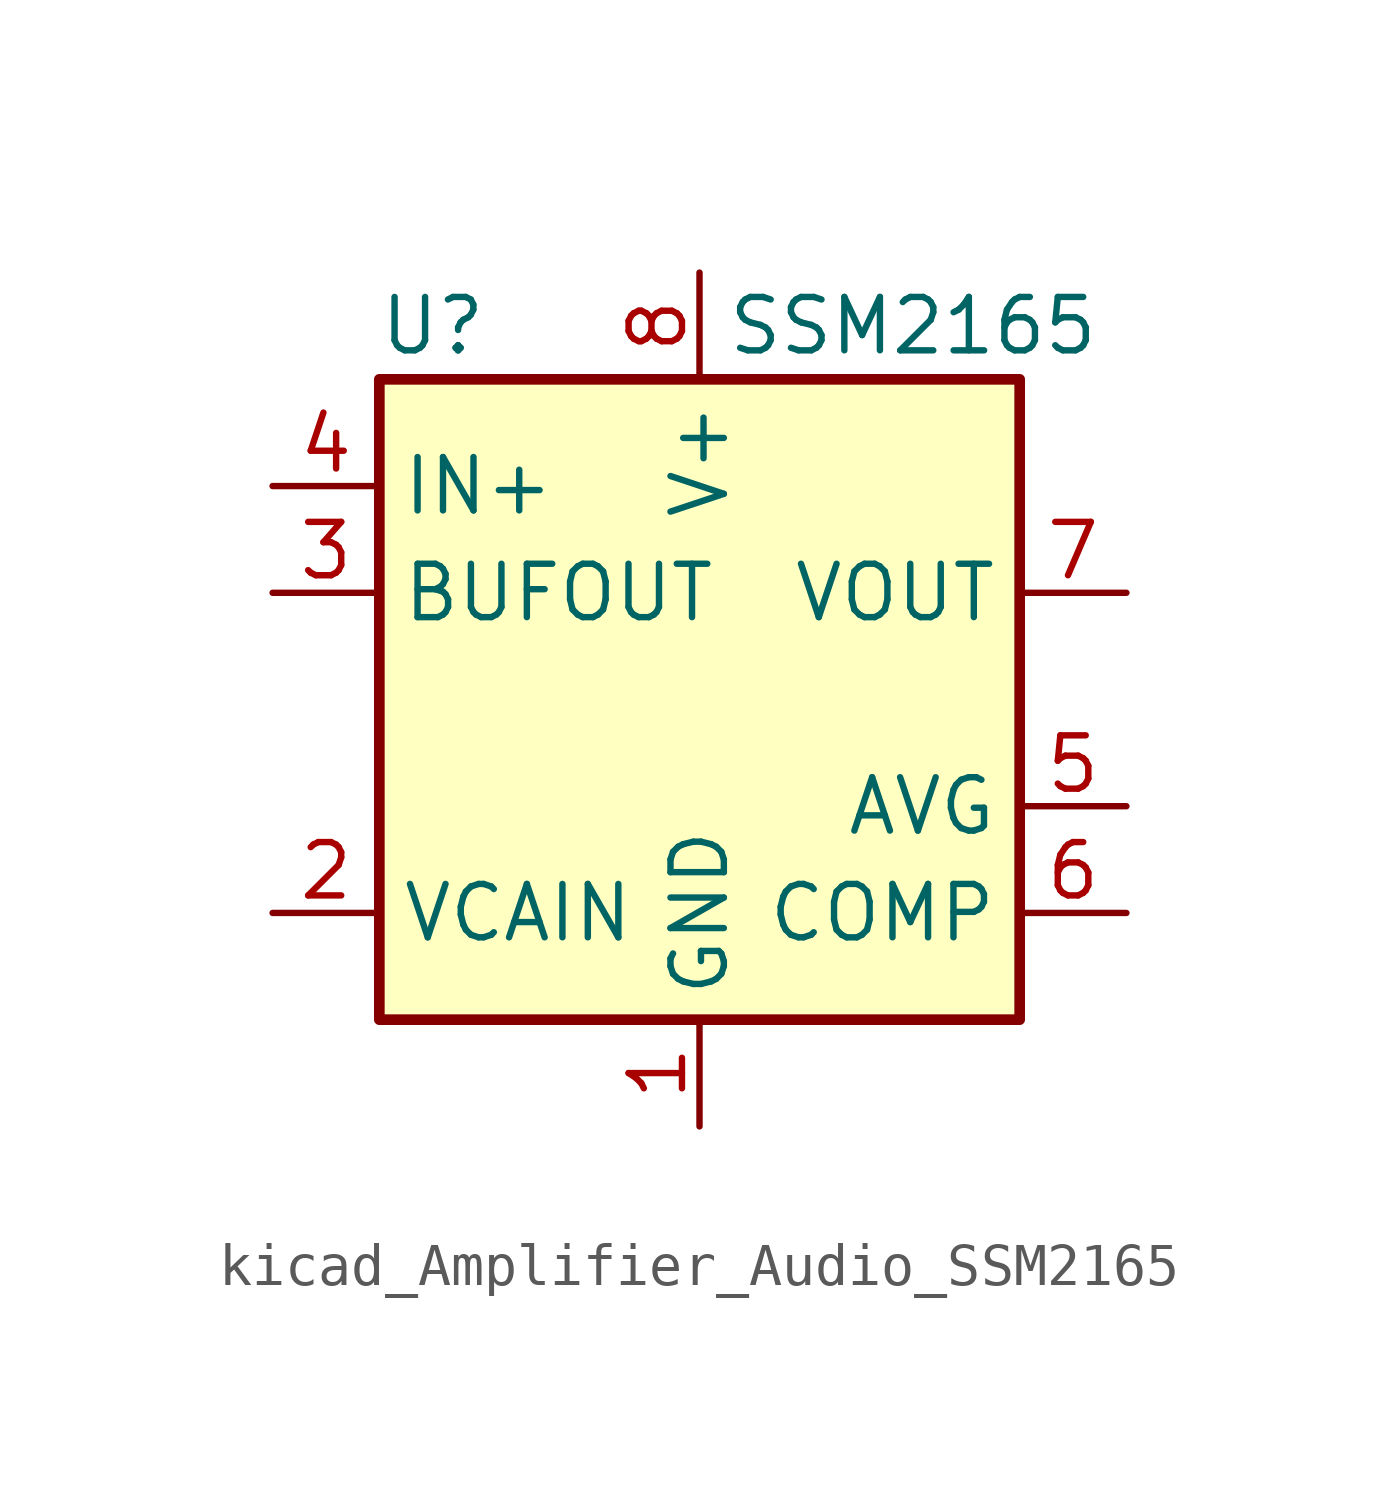
<source format=kicad_sym>
(kicad_symbol_lib
  (version 20220914)
  (generator kicad_symbol_editor)
  (symbol "kicad_Amplifier_Audio_SSM2165"
    (property "Reference" "U"
      (at -6.35 8.89 0)
      (effects (font (size 1.27 1.27))))
    (property "Value" "SSM2165"
      (at 5.08 8.89 0)
      (effects (font (size 1.27 1.27))))
    (symbol "kicad_Amplifier_Audio_SSM2165_0_1"
      (rectangle (start -7.62 7.62) (end 7.62 -7.62) (stroke (width 0.254) (type default)) (fill (type background))))
    (symbol "kicad_Amplifier_Audio_SSM2165_1_1"
      (pin power_in line (at 0 -10.16 90) (length 2.54) (name "GND" (effects (font (size 1.27 1.27)))) (number "1" (effects (font (size 1.27 1.27)))))
      (pin input line (at -10.16 -5.08 0) (length 2.54) (name "VCAIN" (effects (font (size 1.27 1.27)))) (number "2" (effects (font (size 1.27 1.27)))))
      (pin output line (at -10.16 2.54 0) (length 2.54) (name "BUFOUT" (effects (font (size 1.27 1.27)))) (number "3" (effects (font (size 1.27 1.27)))))
      (pin input line (at -10.16 5.08 0) (length 2.54) (name "IN+" (effects (font (size 1.27 1.27)))) (number "4" (effects (font (size 1.27 1.27)))))
      (pin passive line (at 10.16 -2.54 180) (length 2.54) (name "AVG" (effects (font (size 1.27 1.27)))) (number "5" (effects (font (size 1.27 1.27)))))
      (pin passive line (at 10.16 -5.08 180) (length 2.54) (name "COMP" (effects (font (size 1.27 1.27)))) (number "6" (effects (font (size 1.27 1.27)))))
      (pin output line (at 10.16 2.54 180) (length 2.54) (name "VOUT" (effects (font (size 1.27 1.27)))) (number "7" (effects (font (size 1.27 1.27)))))
      (pin power_in line (at 0 10.16 270) (length 2.54) (name "V+" (effects (font (size 1.27 1.27)))) (number "8" (effects (font (size 1.27 1.27))))))))
</source>
